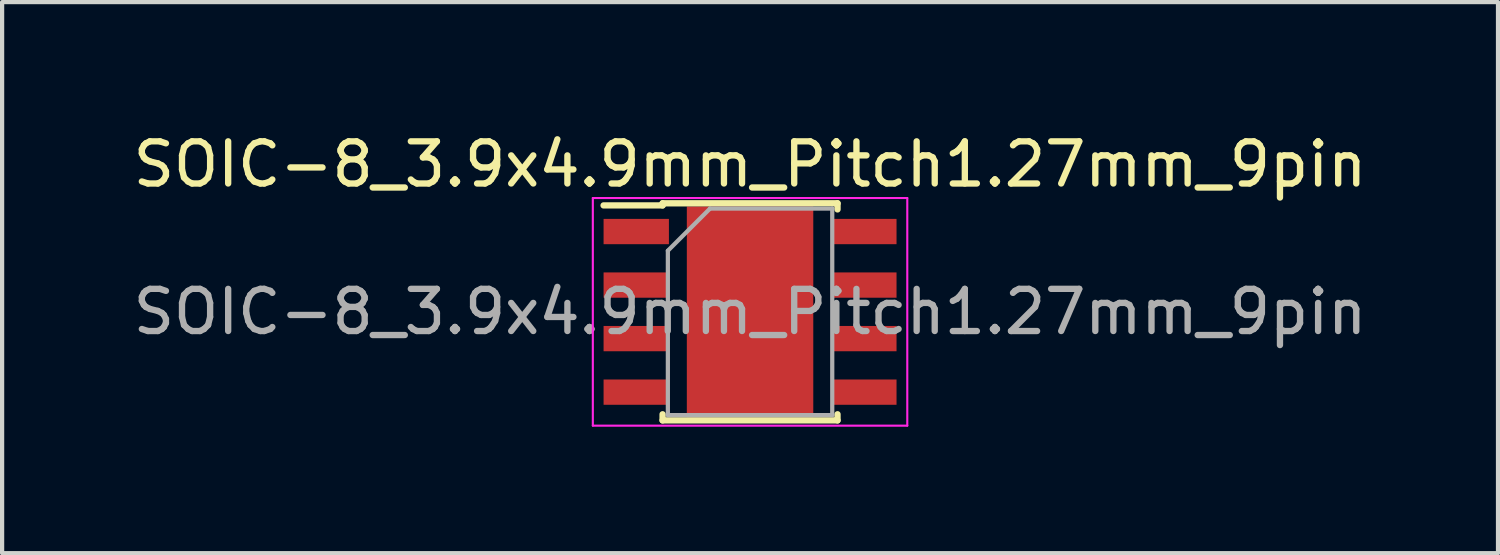
<source format=kicad_pcb>
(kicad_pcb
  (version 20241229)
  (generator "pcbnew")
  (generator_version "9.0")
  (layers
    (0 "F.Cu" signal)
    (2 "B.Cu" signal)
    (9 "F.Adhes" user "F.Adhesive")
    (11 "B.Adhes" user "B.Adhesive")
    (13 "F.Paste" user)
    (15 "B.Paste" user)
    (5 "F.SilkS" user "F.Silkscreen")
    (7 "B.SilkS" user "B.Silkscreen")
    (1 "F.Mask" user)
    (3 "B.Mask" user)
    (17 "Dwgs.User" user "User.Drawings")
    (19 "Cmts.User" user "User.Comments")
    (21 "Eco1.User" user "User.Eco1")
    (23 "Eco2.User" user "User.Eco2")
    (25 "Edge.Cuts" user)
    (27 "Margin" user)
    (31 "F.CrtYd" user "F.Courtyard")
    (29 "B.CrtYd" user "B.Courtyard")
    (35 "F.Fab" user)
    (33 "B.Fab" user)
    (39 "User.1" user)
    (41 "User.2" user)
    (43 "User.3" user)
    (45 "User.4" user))
  (footprint "SOIC-8_3.9x4.9mm_Pitch1.27mm_9pin"
    (layer "F.Cu")
    (at 14.744 4.348)
    (property "Reference" "SOIC-8_3.9x4.9mm_Pitch1.27mm_9pin" (at 0 -3.5 0) (layer "F.SilkS") (effects (font (size 1 1) (thickness 0.15))))
    (attr smd)
    (fp_line (start -2.075 -2.575) (end -2.075 -2.525) (stroke (width 0.15) (type solid)) (layer "F.SilkS"))
    (fp_line (start -2.075 -2.575) (end 2.075 -2.575) (stroke (width 0.15) (type solid)) (layer "F.SilkS"))
    (fp_line (start -2.075 -2.525) (end -3.475 -2.525) (stroke (width 0.15) (type solid)) (layer "F.SilkS"))
    (fp_line (start -2.075 2.575) (end -2.075 2.43) (stroke (width 0.15) (type solid)) (layer "F.SilkS"))
    (fp_line (start -2.075 2.575) (end 2.075 2.575) (stroke (width 0.15) (type solid)) (layer "F.SilkS"))
    (fp_line (start 2.075 -2.575) (end 2.075 -2.43) (stroke (width 0.15) (type solid)) (layer "F.SilkS"))
    (fp_line (start 2.075 2.575) (end 2.075 2.43) (stroke (width 0.15) (type solid)) (layer "F.SilkS"))
    (fp_line (start -3.73 -2.7) (end -3.73 2.7) (stroke (width 0.05) (type solid)) (layer "F.CrtYd"))
    (fp_line (start -3.73 -2.7) (end 3.73 -2.7) (stroke (width 0.05) (type solid)) (layer "F.CrtYd"))
    (fp_line (start -3.73 2.7) (end 3.73 2.7) (stroke (width 0.05) (type solid)) (layer "F.CrtYd"))
    (fp_line (start 3.73 -2.7) (end 3.73 2.7) (stroke (width 0.05) (type solid)) (layer "F.CrtYd"))
    (fp_line (start -1.95 -1.45) (end -0.95 -2.45) (stroke (width 0.1) (type solid)) (layer "F.Fab"))
    (fp_line (start -1.95 2.45) (end -1.95 -1.45) (stroke (width 0.1) (type solid)) (layer "F.Fab"))
    (fp_line (start -0.95 -2.45) (end 1.95 -2.45) (stroke (width 0.1) (type solid)) (layer "F.Fab"))
    (fp_line (start 1.95 -2.45) (end 1.95 2.45) (stroke (width 0.1) (type solid)) (layer "F.Fab"))
    (fp_line (start 1.95 2.45) (end -1.95 2.45) (stroke (width 0.1) (type solid)) (layer "F.Fab"))
    (fp_text user "${REFERENCE}" (at 0 0 0) (layer "F.Fab") (effects (font (size 1 1) (thickness 0.15))))
    (pad "1" smd rect (at -2.7 -1.905) (size 1.55 0.6) (layers "F.Cu" "F.Mask" "F.Paste"))
    (pad "2" smd rect (at -2.7 -0.635) (size 1.55 0.6) (layers "F.Cu" "F.Mask" "F.Paste"))
    (pad "3" smd rect (at -2.7 0.635) (size 1.55 0.6) (layers "F.Cu" "F.Mask" "F.Paste"))
    (pad "4" smd rect (at -2.7 1.905) (size 1.55 0.6) (layers "F.Cu" "F.Mask" "F.Paste"))
    (pad "5" smd rect (at 2.7 1.905) (size 1.55 0.6) (layers "F.Cu" "F.Mask" "F.Paste"))
    (pad "6" smd rect (at 2.7 0.635) (size 1.55 0.6) (layers "F.Cu" "F.Mask" "F.Paste"))
    (pad "7" smd rect (at 2.7 -0.635) (size 1.55 0.6) (layers "F.Cu" "F.Mask" "F.Paste"))
    (pad "8" smd rect (at 2.7 -1.905) (size 1.55 0.6) (layers "F.Cu" "F.Mask" "F.Paste"))
    (pad "9" smd rect (at 0 0) (size 3 5) (layers "F.Cu" "F.Mask" "F.Paste")))
  (gr_rect
    (start -3 -3)
    (end 32.488 10.073)
    (stroke (width 0.1) (type default))
    (fill no)
    (layer "Edge.Cuts")))
</source>
